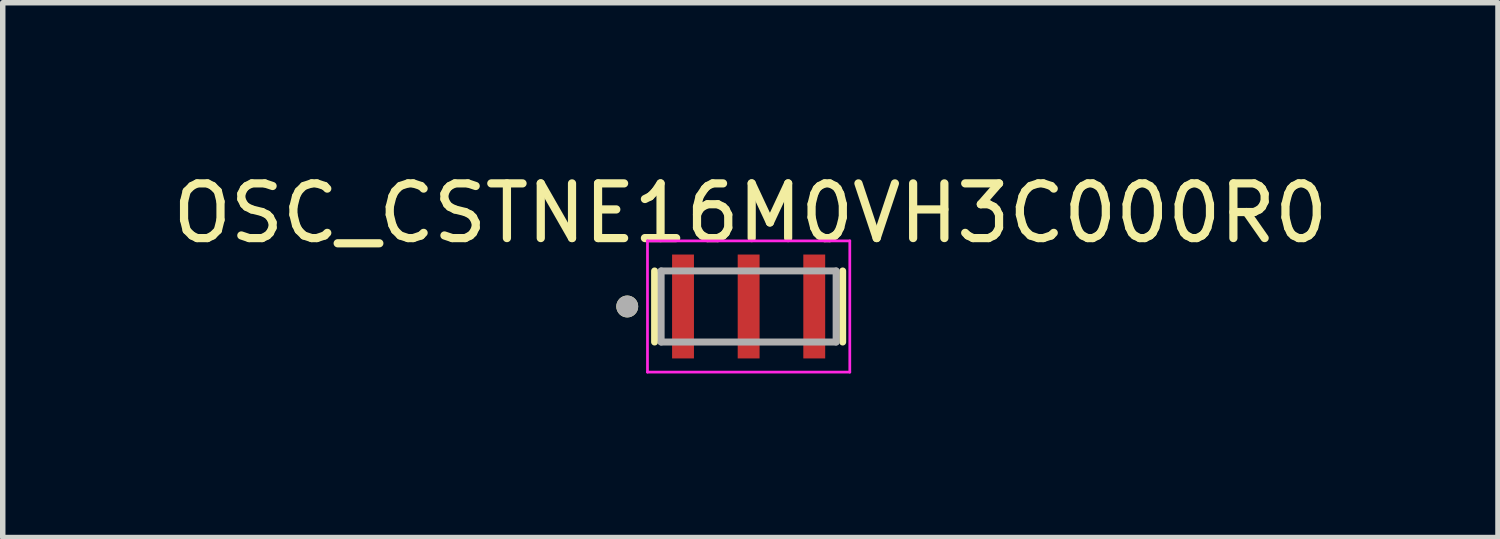
<source format=kicad_pcb>
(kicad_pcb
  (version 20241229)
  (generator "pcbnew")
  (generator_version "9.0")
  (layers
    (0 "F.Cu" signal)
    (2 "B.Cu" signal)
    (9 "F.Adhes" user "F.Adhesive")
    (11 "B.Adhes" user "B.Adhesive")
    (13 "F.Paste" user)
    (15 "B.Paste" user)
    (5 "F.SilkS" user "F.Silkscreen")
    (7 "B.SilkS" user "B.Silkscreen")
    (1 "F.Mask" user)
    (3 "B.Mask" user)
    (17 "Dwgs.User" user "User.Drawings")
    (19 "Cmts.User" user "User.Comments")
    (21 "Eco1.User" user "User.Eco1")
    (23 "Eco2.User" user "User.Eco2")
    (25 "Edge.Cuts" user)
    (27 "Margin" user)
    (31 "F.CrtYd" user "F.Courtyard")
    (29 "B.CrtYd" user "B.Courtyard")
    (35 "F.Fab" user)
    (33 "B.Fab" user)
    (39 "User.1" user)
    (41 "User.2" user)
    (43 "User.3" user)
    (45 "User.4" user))
  (footprint "OSC_CSTNE16M0VH3C000R0"
    (layer "F.Cu")
    (at 10.641 2.555)
    (property "Reference" "OSC_CSTNE16M0VH3C000R0" (at 0.032 -1.706 0) (layer "F.SilkS") (effects (font (size 1 1) (thickness 0.15))))
    (attr smd)
    (fp_line (start -1.72 -0.65) (end -1.72 0.65) (stroke (width 0.127) (type solid)) (layer "F.SilkS"))
    (fp_line (start 1.72 -0.65) (end 1.72 0.65) (stroke (width 0.127) (type solid)) (layer "F.SilkS"))
    (fp_circle (center -2.22 0) (end -2.12 0) (stroke (width 0.2) (type solid)) (fill no) (layer "F.SilkS"))
    (fp_line (start -1.85 -1.2) (end 1.85 -1.2) (stroke (width 0.05) (type solid)) (layer "F.CrtYd"))
    (fp_line (start -1.85 1.2) (end -1.85 -1.2) (stroke (width 0.05) (type solid)) (layer "F.CrtYd"))
    (fp_line (start 1.85 -1.2) (end 1.85 1.2) (stroke (width 0.05) (type solid)) (layer "F.CrtYd"))
    (fp_line (start 1.85 1.2) (end -1.85 1.2) (stroke (width 0.05) (type solid)) (layer "F.CrtYd"))
    (fp_line (start -1.6 -0.65) (end -1.6 0.65) (stroke (width 0.127) (type solid)) (layer "F.Fab"))
    (fp_line (start -1.6 -0.65) (end 1.6 -0.65) (stroke (width 0.127) (type solid)) (layer "F.Fab"))
    (fp_line (start 1.6 -0.65) (end 1.6 0.65) (stroke (width 0.127) (type solid)) (layer "F.Fab"))
    (fp_line (start 1.6 0.65) (end -1.6 0.65) (stroke (width 0.127) (type solid)) (layer "F.Fab"))
    (fp_circle (center -2.22 0) (end -2.12 0) (stroke (width 0.2) (type solid)) (fill no) (layer "F.Fab"))
    (pad "1" smd rect (at -1.2 0) (size 0.4 1.9) (layers "F.Cu" "F.Mask" "F.Paste"))
    (pad "2" smd rect (at 0 0) (size 0.4 1.9) (layers "F.Cu" "F.Mask" "F.Paste"))
    (pad "3" smd rect (at 1.2 0) (size 0.4 1.9) (layers "F.Cu" "F.Mask" "F.Paste")))
  (gr_rect
    (start -3 -3)
    (end 24.345 6.78)
    (stroke (width 0.1) (type default))
    (fill no)
    (layer "Edge.Cuts")))
</source>
